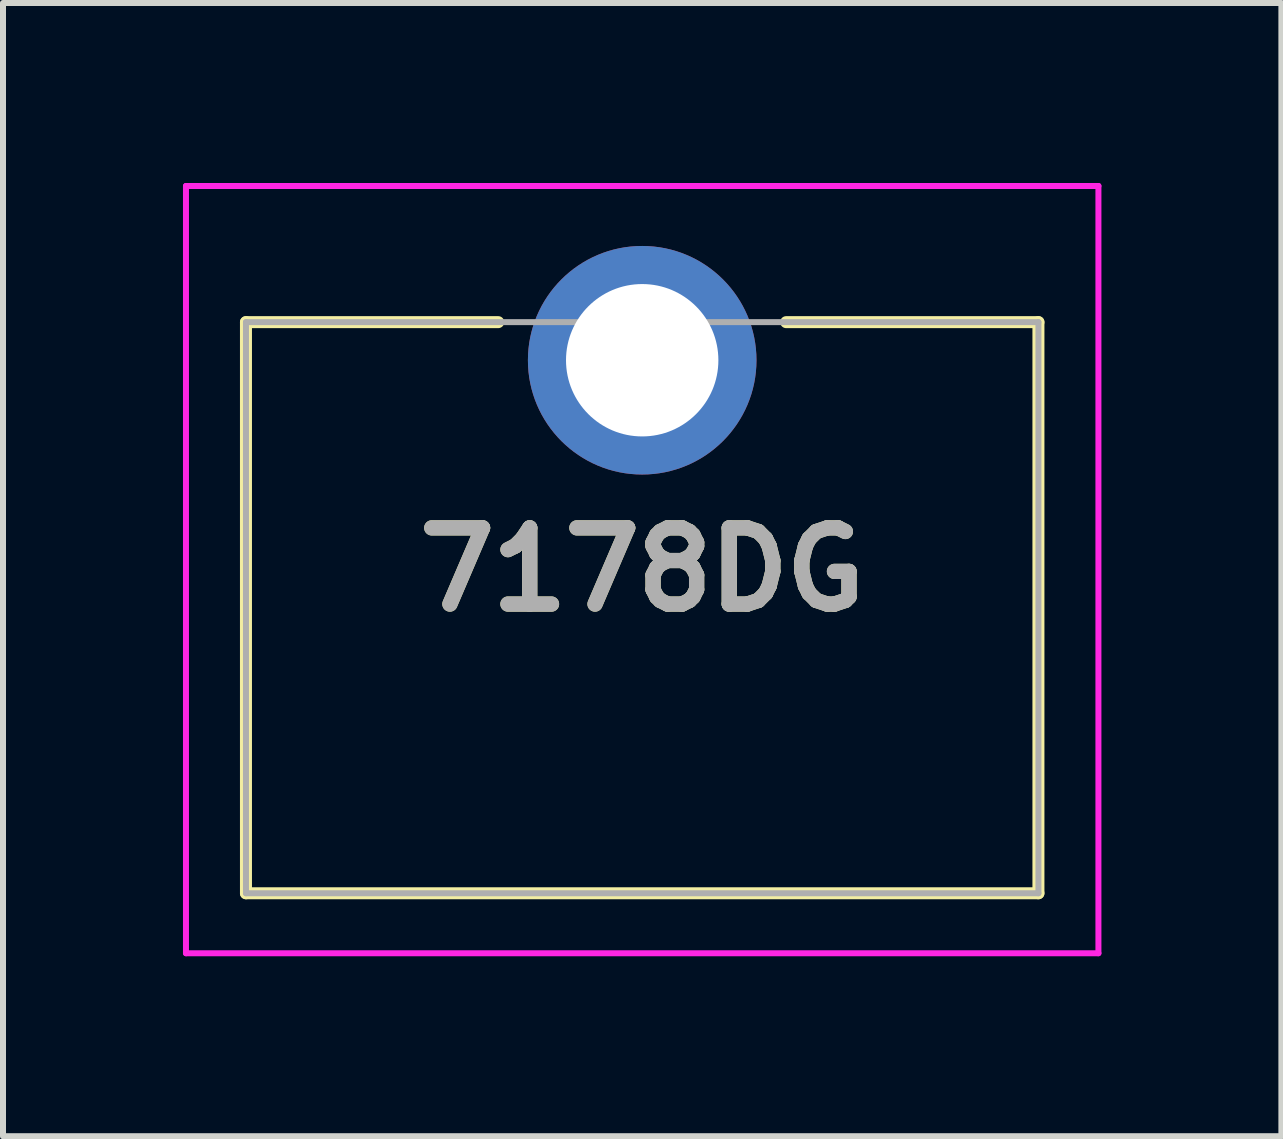
<source format=kicad_pcb>
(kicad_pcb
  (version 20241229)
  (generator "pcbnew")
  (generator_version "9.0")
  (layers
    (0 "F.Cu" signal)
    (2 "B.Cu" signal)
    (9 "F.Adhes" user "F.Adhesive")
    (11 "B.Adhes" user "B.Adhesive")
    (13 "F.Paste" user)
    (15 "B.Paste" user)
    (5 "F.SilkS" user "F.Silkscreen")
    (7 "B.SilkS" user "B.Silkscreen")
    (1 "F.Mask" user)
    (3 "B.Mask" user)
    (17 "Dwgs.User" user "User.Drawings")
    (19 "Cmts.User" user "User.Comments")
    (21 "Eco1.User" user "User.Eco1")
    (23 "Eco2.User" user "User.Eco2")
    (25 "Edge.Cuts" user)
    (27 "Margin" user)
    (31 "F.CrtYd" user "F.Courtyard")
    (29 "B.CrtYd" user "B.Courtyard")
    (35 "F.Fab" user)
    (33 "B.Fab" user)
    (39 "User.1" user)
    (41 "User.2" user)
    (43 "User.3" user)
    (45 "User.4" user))
  (footprint "7178DG"
    (layer "F.Cu")
    (at 7.655 2.955)
    (property "Reference" "7178DG" (at 0 3.49 0) (layer "F.SilkS") (effects (font (size 1.27 1.27) (thickness 0.254))))
    (attr through_hole)
    (fp_line (start -6.605 -0.635) (end -6.605 8.885) (stroke (width 0.2) (type solid)) (layer "F.SilkS"))
    (fp_line (start -6.605 8.885) (end 6.605 8.885) (stroke (width 0.2) (type solid)) (layer "F.SilkS"))
    (fp_line (start -2.4 -0.635) (end -6.605 -0.635) (stroke (width 0.2) (type solid)) (layer "F.SilkS"))
    (fp_line (start 6.605 -0.635) (end 2.4 -0.635) (stroke (width 0.2) (type solid)) (layer "F.SilkS"))
    (fp_line (start 6.605 8.885) (end 6.605 -0.635) (stroke (width 0.2) (type solid)) (layer "F.SilkS"))
    (fp_line (start -7.605 -2.905) (end 7.605 -2.905) (stroke (width 0.1) (type solid)) (layer "F.CrtYd"))
    (fp_line (start -7.605 9.885) (end -7.605 -2.905) (stroke (width 0.1) (type solid)) (layer "F.CrtYd"))
    (fp_line (start 7.605 -2.905) (end 7.605 9.885) (stroke (width 0.1) (type solid)) (layer "F.CrtYd"))
    (fp_line (start 7.605 9.885) (end -7.605 9.885) (stroke (width 0.1) (type solid)) (layer "F.CrtYd"))
    (fp_line (start -6.605 -0.635) (end 6.605 -0.635) (stroke (width 0.1) (type solid)) (layer "F.Fab"))
    (fp_line (start -6.605 8.885) (end -6.605 -0.635) (stroke (width 0.1) (type solid)) (layer "F.Fab"))
    (fp_line (start 6.605 -0.635) (end 6.605 8.885) (stroke (width 0.1) (type solid)) (layer "F.Fab"))
    (fp_line (start 6.605 8.885) (end -6.605 8.885) (stroke (width 0.1) (type solid)) (layer "F.Fab"))
    (fp_text user "${REFERENCE}" (at 0 3.49 0) (layer "F.Fab") (effects (font (size 1.27 1.27) (thickness 0.254))))
    (pad "1" thru_hole circle (at 0 0) (size 3.81 3.81) (drill 2.54) (layers "*.Cu" "*.Mask")))
  (gr_rect
    (start -3 -3)
    (end 18.31 15.89)
    (stroke (width 0.1) (type default))
    (fill no)
    (layer "Edge.Cuts")))
</source>
